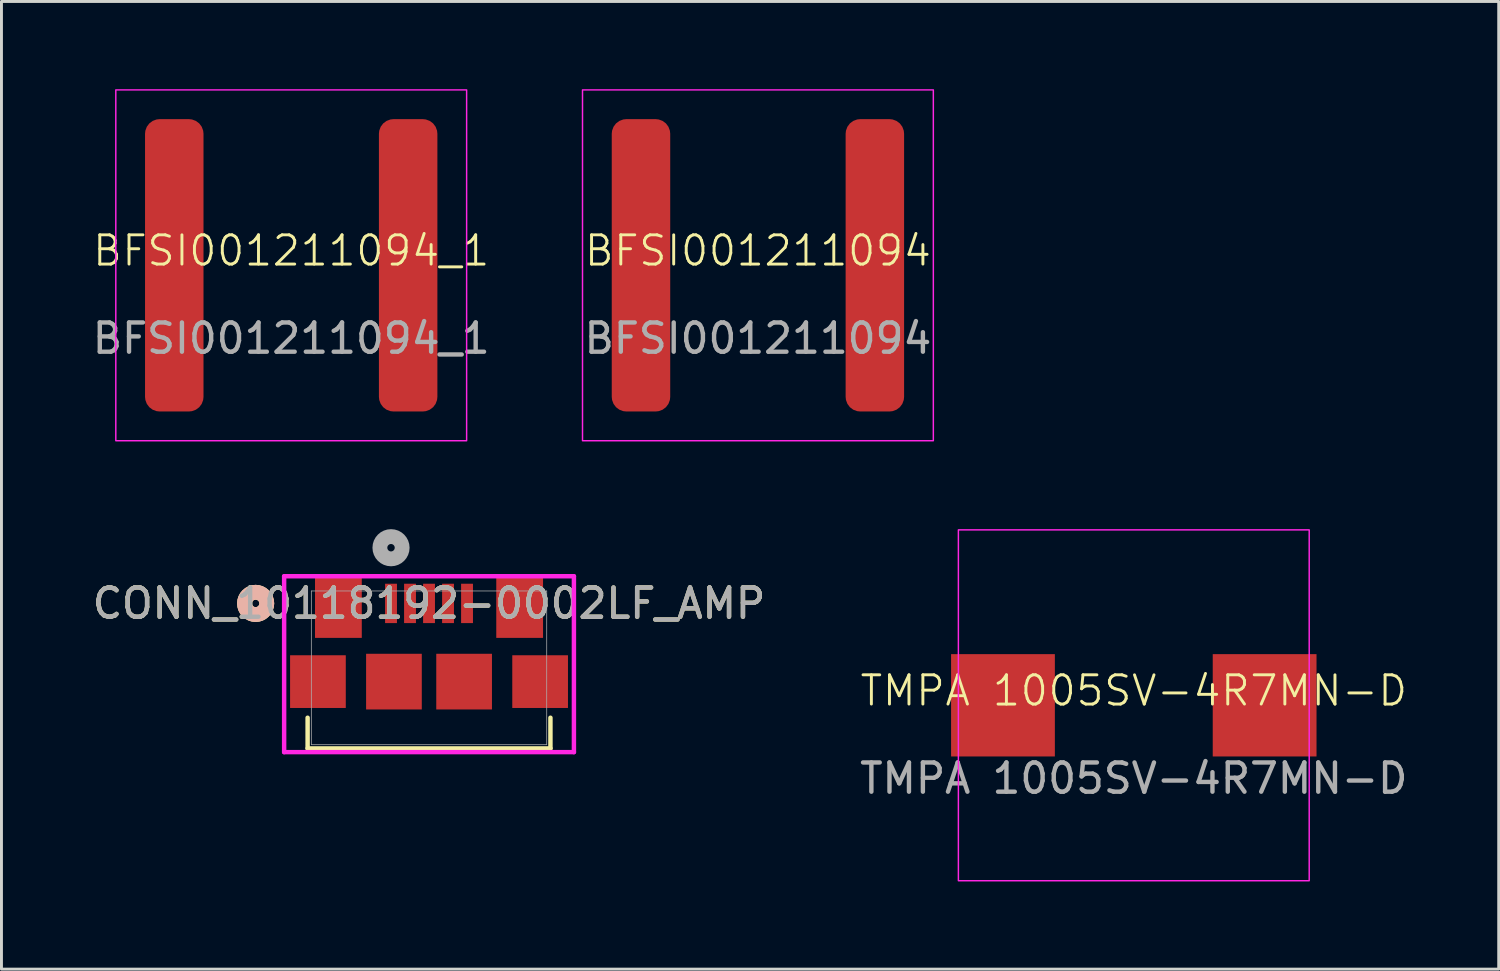
<source format=kicad_pcb>
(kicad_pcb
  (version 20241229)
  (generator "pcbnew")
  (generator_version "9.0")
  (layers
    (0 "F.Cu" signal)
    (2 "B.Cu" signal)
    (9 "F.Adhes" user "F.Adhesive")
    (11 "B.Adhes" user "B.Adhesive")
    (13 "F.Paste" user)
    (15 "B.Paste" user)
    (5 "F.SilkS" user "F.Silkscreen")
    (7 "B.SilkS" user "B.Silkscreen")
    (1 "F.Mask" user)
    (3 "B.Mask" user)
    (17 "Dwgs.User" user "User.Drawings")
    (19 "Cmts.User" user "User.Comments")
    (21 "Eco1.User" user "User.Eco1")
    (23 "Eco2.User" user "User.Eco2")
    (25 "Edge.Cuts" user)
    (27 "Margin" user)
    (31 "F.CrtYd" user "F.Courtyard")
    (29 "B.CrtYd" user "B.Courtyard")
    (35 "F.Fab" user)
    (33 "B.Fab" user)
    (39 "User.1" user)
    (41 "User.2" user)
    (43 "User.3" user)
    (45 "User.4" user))
  (footprint "BFSI001211094"
    (layer "F.Cu")
    (at 22.875 6.025)
    (property "Reference" "BFSI001211094" (at 0 -0.5 0) (unlocked yes) (layer "F.SilkS") (effects (font (size 1 1) (thickness 0.1))))
    (attr smd)
    (fp_rect (start -6 -6) (end 6 6) (stroke (width 0.05) (type default)) (fill no) (layer "F.CrtYd"))
    (fp_text user "${REFERENCE}" (at 0 2.5 0) (unlocked yes) (layer "F.Fab") (effects (font (size 1 1) (thickness 0.15))))
    (pad "1" smd roundrect (at -4 0) (size 2 10) (layers "F.Cu" "F.Mask" "F.Paste") (roundrect_rratio 0.25))
    (pad "2" smd roundrect (at 4 0) (size 2 10) (layers "F.Cu" "F.Mask" "F.Paste") (roundrect_rratio 0.25)))
  (footprint "TMPA 1005SV-4R7MN-D"
    (layer "F.Cu")
    (at 35.732 21.075)
    (property "Reference" "TMPA 1005SV-4R7MN-D" (at 0 -0.5 0) (unlocked yes) (layer "F.SilkS") (effects (font (size 1 1) (thickness 0.1))))
    (attr smd)
    (fp_rect (start -6 -6) (end 6 6) (stroke (width 0.05) (type default)) (fill no) (layer "F.CrtYd"))
    (fp_text user "${REFERENCE}" (at 0 2.5 0) (unlocked yes) (layer "F.Fab") (effects (font (size 1 1) (thickness 0.15))))
    (pad "1" smd rect (at -4.475 0) (size 3.55 3.5) (layers "F.Cu" "F.Mask" "F.Paste"))
    (pad "2" smd rect (at 4.475 0) (size 3.55 3.5) (layers "F.Cu" "F.Mask" "F.Paste")))
  (footprint "CONN_10118192-0002LF_AMP"
    (layer "F.Cu")
    (at 11.625 19.794)
    (property "Reference" "CONN_10118192-0002LF_AMP" (at 0 -2.204 0) (unlocked yes) (layer "F.SilkS") (effects (font (size 1 1) (thickness 0.15))))
    (attr smd)
    (fp_line (start -4.153 1.706) (end -4.153 2.756) (stroke (width 0.152) (type solid)) (layer "F.SilkS"))
    (fp_line (start -4.153 2.756) (end 4.153 2.756) (stroke (width 0.152) (type solid)) (layer "F.SilkS"))
    (fp_line (start 4.153 2.756) (end 4.153 1.706) (stroke (width 0.152) (type solid)) (layer "F.SilkS"))
    (fp_circle (center -5.931 -2.204) (end -5.55 -2.204) (stroke (width 0.508) (type solid)) (fill no) (layer "F.SilkS"))
    (fp_circle (center -5.931 -2.204) (end -5.55 -2.204) (stroke (width 0.508) (type solid)) (fill no) (layer "B.SilkS"))
    (fp_line (start -4.956 -3.133) (end -4.956 2.883) (stroke (width 0.152) (type solid)) (layer "F.CrtYd"))
    (fp_line (start -4.956 2.883) (end 4.956 2.883) (stroke (width 0.152) (type solid)) (layer "F.CrtYd"))
    (fp_line (start 4.956 -3.133) (end -4.956 -3.133) (stroke (width 0.152) (type solid)) (layer "F.CrtYd"))
    (fp_line (start 4.956 2.883) (end 4.956 -3.133) (stroke (width 0.152) (type solid)) (layer "F.CrtYd"))
    (fp_line (start -4.026 -2.629) (end -4.026 2.629) (stroke (width 0.025) (type solid)) (layer "F.Fab"))
    (fp_line (start -4.026 2.629) (end 4.026 2.629) (stroke (width 0.025) (type solid)) (layer "F.Fab"))
    (fp_line (start 4.026 -2.629) (end -4.026 -2.629) (stroke (width 0.025) (type solid)) (layer "F.Fab"))
    (fp_line (start 4.026 2.629) (end 4.026 -2.629) (stroke (width 0.025) (type solid)) (layer "F.Fab"))
    (fp_circle (center -1.3 -4.109) (end -0.919 -4.109) (stroke (width 0.508) (type solid)) (fill no) (layer "F.Fab"))
    (fp_text user "${REFERENCE}" (at 0 -2.204 0) (unlocked yes) (layer "F.Fab") (effects (font (size 1 1) (thickness 0.15))))
    (pad "1" smd rect (at -1.3 -2.204) (size 0.406 1.346) (layers "F.Cu" "F.Mask" "F.Paste"))
    (pad "2" smd rect (at -0.65 -2.204) (size 0.406 1.346) (layers "F.Cu" "F.Mask" "F.Paste"))
    (pad "3" smd rect (at 0 -2.204) (size 0.406 1.346) (layers "F.Cu" "F.Mask" "F.Paste"))
    (pad "4" smd rect (at 0.65 -2.204) (size 0.406 1.346) (layers "F.Cu" "F.Mask" "F.Paste"))
    (pad "5" smd rect (at 1.3 -2.204) (size 0.406 1.346) (layers "F.Cu" "F.Mask" "F.Paste"))
    (pad "6" smd rect (at -3.1 -2.079 90) (size 2.108 1.6) (layers "F.Cu" "F.Mask" "F.Paste"))
    (pad "7" smd rect (at 3.1 -2.079 90) (size 2.108 1.6) (layers "F.Cu" "F.Mask" "F.Paste"))
    (pad "8" smd rect (at -3.8 0.471 90) (size 1.803 1.905) (layers "F.Cu" "F.Mask" "F.Paste"))
    (pad "9" smd rect (at 3.8 0.471 90) (size 1.803 1.905) (layers "F.Cu" "F.Mask" "F.Paste"))
    (pad "10" smd rect (at -1.2 0.471 90) (size 1.905 1.905) (layers "F.Cu" "F.Mask" "F.Paste"))
    (pad "11" smd rect (at 1.2 0.471 90) (size 1.905 1.905) (layers "F.Cu" "F.Mask" "F.Paste")))
  (footprint "BFSI001211094_1"
    (layer "F.Cu")
    (at 6.911 6.025)
    (property "Reference" "BFSI001211094_1" (at 0 -0.5 0) (unlocked yes) (layer "F.SilkS") (effects (font (size 1 1) (thickness 0.1))))
    (attr smd)
    (fp_rect (start -6 -6) (end 6 6) (stroke (width 0.05) (type default)) (fill no) (layer "F.CrtYd"))
    (fp_text user "${REFERENCE}" (at 0 2.5 0) (unlocked yes) (layer "F.Fab") (effects (font (size 1 1) (thickness 0.15))))
    (pad "1" smd roundrect (at -4 0) (size 2 10) (layers "F.Cu" "F.Mask" "F.Paste") (roundrect_rratio 0.25))
    (pad "2" smd roundrect (at 4 0) (size 2 10) (layers "F.Cu" "F.Mask" "F.Paste") (roundrect_rratio 0.25)))
  (gr_rect
    (start -3 -3)
    (end 48.214 30.1)
    (stroke (width 0.1) (type default))
    (fill no)
    (layer "Edge.Cuts")))
</source>
